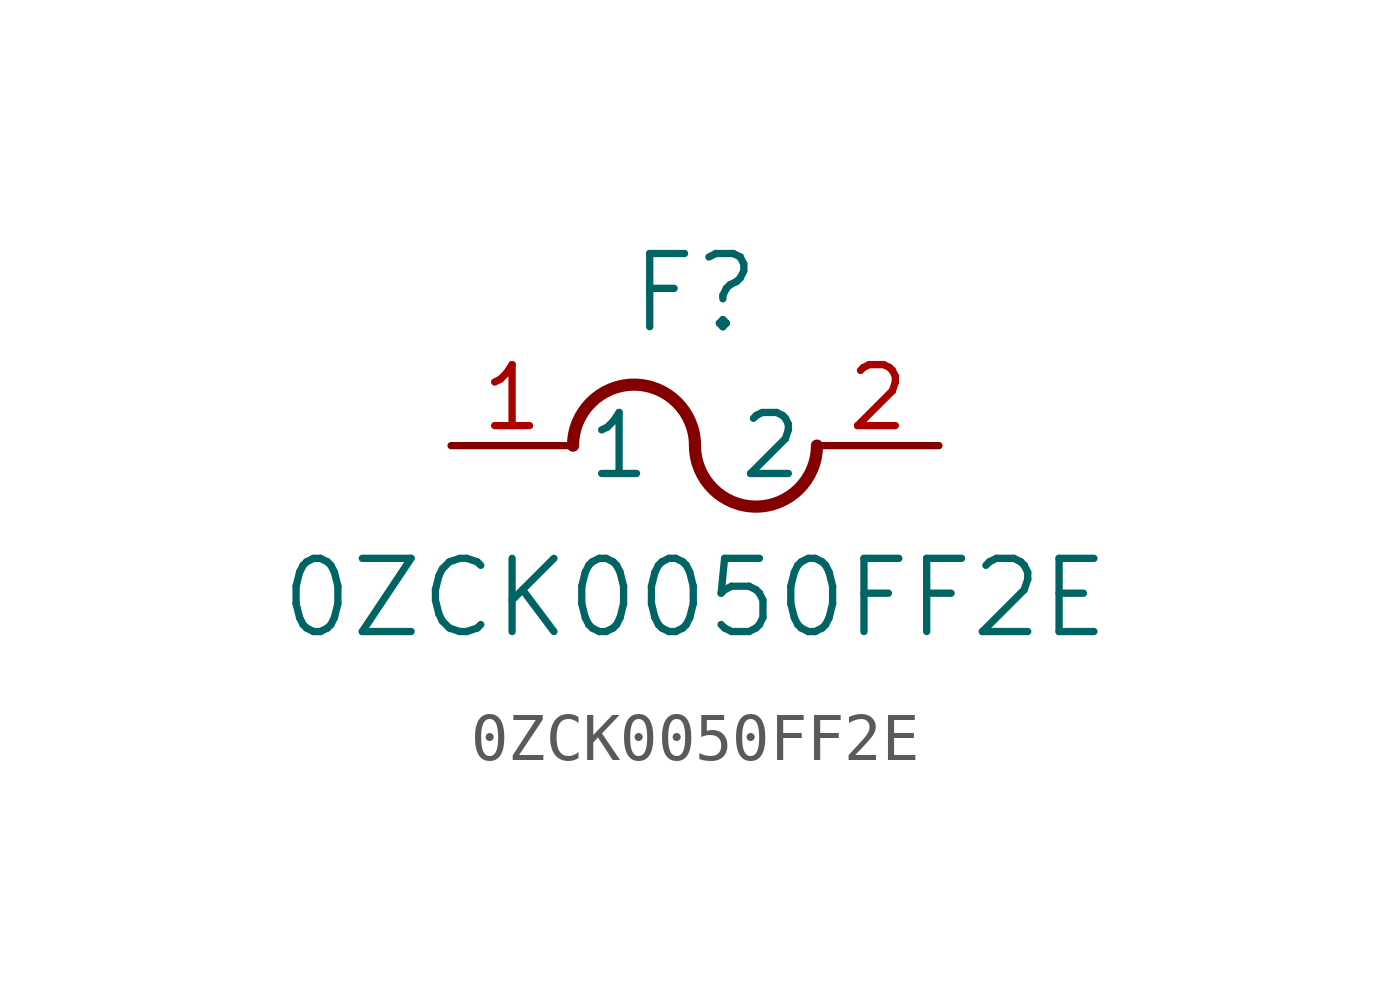
<source format=kicad_sym>
(kicad_symbol_lib
  (version 20211014)
  (generator kicad_symbol_editor)
  (symbol "0ZCK0050FF2E"
    (pin_names
      (offset 0.254))
    (property "Reference" "F"
      (at 5.08 3.175 0)
      (effects (font (size 1.524 1.524))))
    (property "Value" "0ZCK0050FF2E"
      (at 5.08 -3.175 0)
      (effects (font (size 1.524 1.524))))
    (symbol "0ZCK0050FF2E_0_1"
      (arc (start 5.08 0) (mid 3.81 1.27) (end 2.54 0) (stroke (width 0.254) (type default) (color 0 0 0 0)) (fill (type none)))
      (arc (start 5.08 0) (mid 6.35 -1.27) (end 7.62 0) (stroke (width 0.254) (type default) (color 0 0 0 0)) (fill (type none)))
      (pin unspecified line (at 0 0 0) (length 2.54) (name "1" (effects (font (size 1.27 1.27)))) (number "1" (effects (font (size 1.27 1.27)))))
      (pin unspecified line (at 10.16 0 180) (length 2.54) (name "2" (effects (font (size 1.27 1.27)))) (number "2" (effects (font (size 1.27 1.27))))))))
</source>
